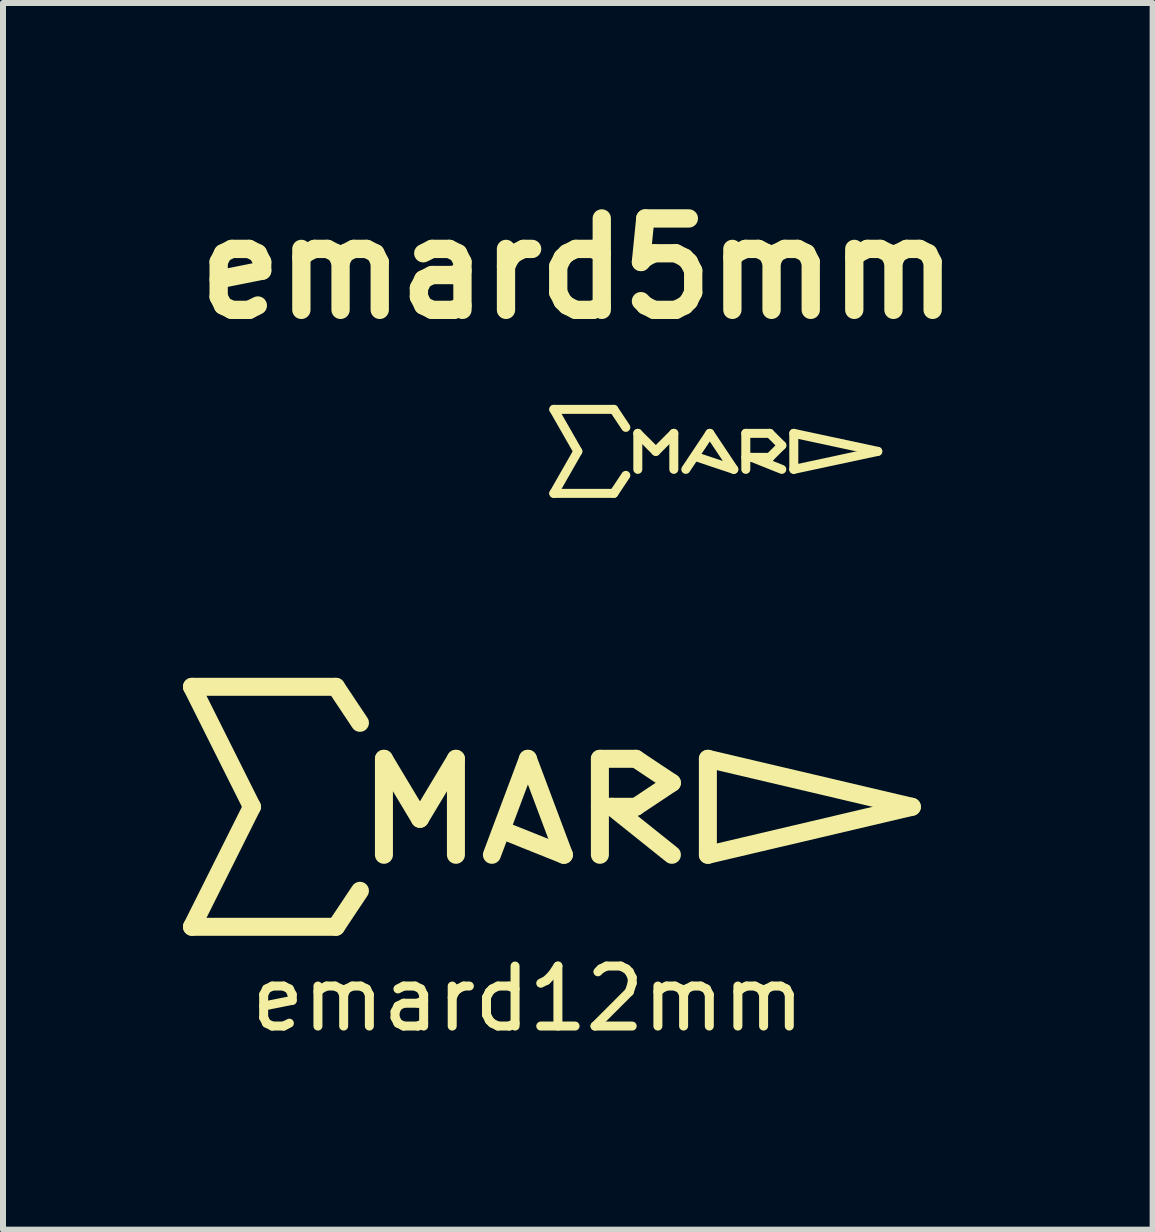
<source format=kicad_pcb>
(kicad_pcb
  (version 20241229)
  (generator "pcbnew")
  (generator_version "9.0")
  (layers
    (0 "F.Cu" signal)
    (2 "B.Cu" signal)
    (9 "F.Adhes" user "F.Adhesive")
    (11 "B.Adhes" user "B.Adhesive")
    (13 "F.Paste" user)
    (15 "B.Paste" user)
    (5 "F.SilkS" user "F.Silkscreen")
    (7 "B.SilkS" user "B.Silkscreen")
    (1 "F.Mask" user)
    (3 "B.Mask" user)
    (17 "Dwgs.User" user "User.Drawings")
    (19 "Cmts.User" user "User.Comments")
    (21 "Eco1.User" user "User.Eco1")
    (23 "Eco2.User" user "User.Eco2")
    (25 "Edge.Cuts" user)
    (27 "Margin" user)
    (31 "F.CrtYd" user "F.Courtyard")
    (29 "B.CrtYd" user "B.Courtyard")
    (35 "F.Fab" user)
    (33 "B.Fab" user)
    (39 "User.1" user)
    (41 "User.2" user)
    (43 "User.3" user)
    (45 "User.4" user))
  (footprint "emard12mm"
    (layer "F.Cu")
    (at 5.75 10.399)
    (property "Reference" "emard12mm" (at 0 3.2 0) (layer "F.SilkS") (effects (font (size 1 1) (thickness 0.15))))
    (attr through_hole)
    (fp_line (start -5.6 -2) (end -4.6 0) (stroke (width 0.3) (type solid)) (layer "F.SilkS"))
    (fp_line (start -5.6 -2) (end -3.2 -2) (stroke (width 0.3) (type solid)) (layer "F.SilkS"))
    (fp_line (start -5.6 2) (end -3.2 2) (stroke (width 0.3) (type solid)) (layer "F.SilkS"))
    (fp_line (start -4.6 0) (end -5.6 2) (stroke (width 0.3) (type solid)) (layer "F.SilkS"))
    (fp_line (start -3.2 -2) (end -2.8 -1.4) (stroke (width 0.3) (type solid)) (layer "F.SilkS"))
    (fp_line (start -3.2 2) (end -2.8 1.4) (stroke (width 0.3) (type solid)) (layer "F.SilkS"))
    (fp_line (start -2.4 -0.8) (end -1.8 0.2) (stroke (width 0.3) (type solid)) (layer "F.SilkS"))
    (fp_line (start -2.4 0.8) (end -2.4 -0.8) (stroke (width 0.3) (type solid)) (layer "F.SilkS"))
    (fp_line (start -1.8 0.2) (end -1.2 -0.8) (stroke (width 0.3) (type solid)) (layer "F.SilkS"))
    (fp_line (start -1.2 -0.8) (end -1.2 0.8) (stroke (width 0.3) (type solid)) (layer "F.SilkS"))
    (fp_line (start -0.6 0.8) (end 0 -0.8) (stroke (width 0.3) (type solid)) (layer "F.SilkS"))
    (fp_line (start 0 -0.8) (end 0.6 0.8) (stroke (width 0.3) (type solid)) (layer "F.SilkS"))
    (fp_line (start 0.6 0.8) (end -0.4 0.4) (stroke (width 0.3) (type solid)) (layer "F.SilkS"))
    (fp_line (start 1.2 -0.8) (end 1.2 0.8) (stroke (width 0.3) (type solid)) (layer "F.SilkS"))
    (fp_line (start 1.2 -0.8) (end 1.8 -0.8) (stroke (width 0.3) (type solid)) (layer "F.SilkS"))
    (fp_line (start 1.4 0) (end 2.4 0.8) (stroke (width 0.3) (type solid)) (layer "F.SilkS"))
    (fp_line (start 1.8 -0.8) (end 2.4 -0.4) (stroke (width 0.3) (type solid)) (layer "F.SilkS"))
    (fp_line (start 1.8 0) (end 1.2 0) (stroke (width 0.3) (type solid)) (layer "F.SilkS"))
    (fp_line (start 2.4 -0.4) (end 1.8 0) (stroke (width 0.3) (type solid)) (layer "F.SilkS"))
    (fp_line (start 3 -0.8) (end 3 0.8) (stroke (width 0.3) (type solid)) (layer "F.SilkS"))
    (fp_line (start 3 0.8) (end 6.4 0) (stroke (width 0.3) (type solid)) (layer "F.SilkS"))
    (fp_line (start 6.4 0) (end 3 -0.8) (stroke (width 0.3) (type solid)) (layer "F.SilkS")))
  (footprint "emard5mm"
    (layer "F.Cu")
    (at 6.582 4.474)
    (property "Reference" "emard5mm" (at 0 -3.048 0) (layer "F.SilkS") (effects (font (size 1.524 1.524) (thickness 0.305))))
    (attr smd)
    (fp_line (start -0.4 -0.7) (end 0 0) (stroke (width 0.15) (type solid)) (layer "F.SilkS"))
    (fp_line (start -0.4 0.7) (end 0.6 0.7) (stroke (width 0.15) (type solid)) (layer "F.SilkS"))
    (fp_line (start 0 0) (end -0.4 0.7) (stroke (width 0.15) (type solid)) (layer "F.SilkS"))
    (fp_line (start 0.6 -0.7) (end -0.4 -0.7) (stroke (width 0.15) (type solid)) (layer "F.SilkS"))
    (fp_line (start 0.6 -0.7) (end 0.8 -0.4) (stroke (width 0.15) (type solid)) (layer "F.SilkS"))
    (fp_line (start 0.6 0.7) (end 0.8 0.4) (stroke (width 0.15) (type solid)) (layer "F.SilkS"))
    (fp_line (start 1 -0.3) (end 1.3 0) (stroke (width 0.15) (type solid)) (layer "F.SilkS"))
    (fp_line (start 1 0.3) (end 1 -0.3) (stroke (width 0.15) (type solid)) (layer "F.SilkS"))
    (fp_line (start 1.3 0) (end 1.6 -0.3) (stroke (width 0.15) (type solid)) (layer "F.SilkS"))
    (fp_line (start 1.6 -0.3) (end 1.6 0.3) (stroke (width 0.15) (type solid)) (layer "F.SilkS"))
    (fp_line (start 1.8 0.3) (end 2.2 -0.3) (stroke (width 0.15) (type solid)) (layer "F.SilkS"))
    (fp_line (start 2.2 -0.3) (end 2.6 0.3) (stroke (width 0.15) (type solid)) (layer "F.SilkS"))
    (fp_line (start 2.6 0.3) (end 2 0.1) (stroke (width 0.15) (type solid)) (layer "F.SilkS"))
    (fp_line (start 2.8 -0.3) (end 3.2 -0.3) (stroke (width 0.15) (type solid)) (layer "F.SilkS"))
    (fp_line (start 2.8 0.3) (end 2.8 -0.3) (stroke (width 0.15) (type solid)) (layer "F.SilkS"))
    (fp_line (start 3.2 -0.3) (end 3.4 -0.1) (stroke (width 0.15) (type solid)) (layer "F.SilkS"))
    (fp_line (start 3.2 0.1) (end 2.8 0.1) (stroke (width 0.15) (type solid)) (layer "F.SilkS"))
    (fp_line (start 3.4 -0.1) (end 3.2 0.1) (stroke (width 0.15) (type solid)) (layer "F.SilkS"))
    (fp_line (start 3.4 0.3) (end 2.9 0.1) (stroke (width 0.15) (type solid)) (layer "F.SilkS"))
    (fp_line (start 3.6 -0.3) (end 5 0) (stroke (width 0.15) (type solid)) (layer "F.SilkS"))
    (fp_line (start 3.6 0.3) (end 3.6 -0.3) (stroke (width 0.15) (type solid)) (layer "F.SilkS"))
    (fp_line (start 5 0) (end 3.6 0.3) (stroke (width 0.15) (type solid)) (layer "F.SilkS")))
  (gr_rect
    (start -3 -3)
    (end 16.164 17.448)
    (stroke (width 0.1) (type default))
    (fill no)
    (layer "Edge.Cuts")))
</source>
